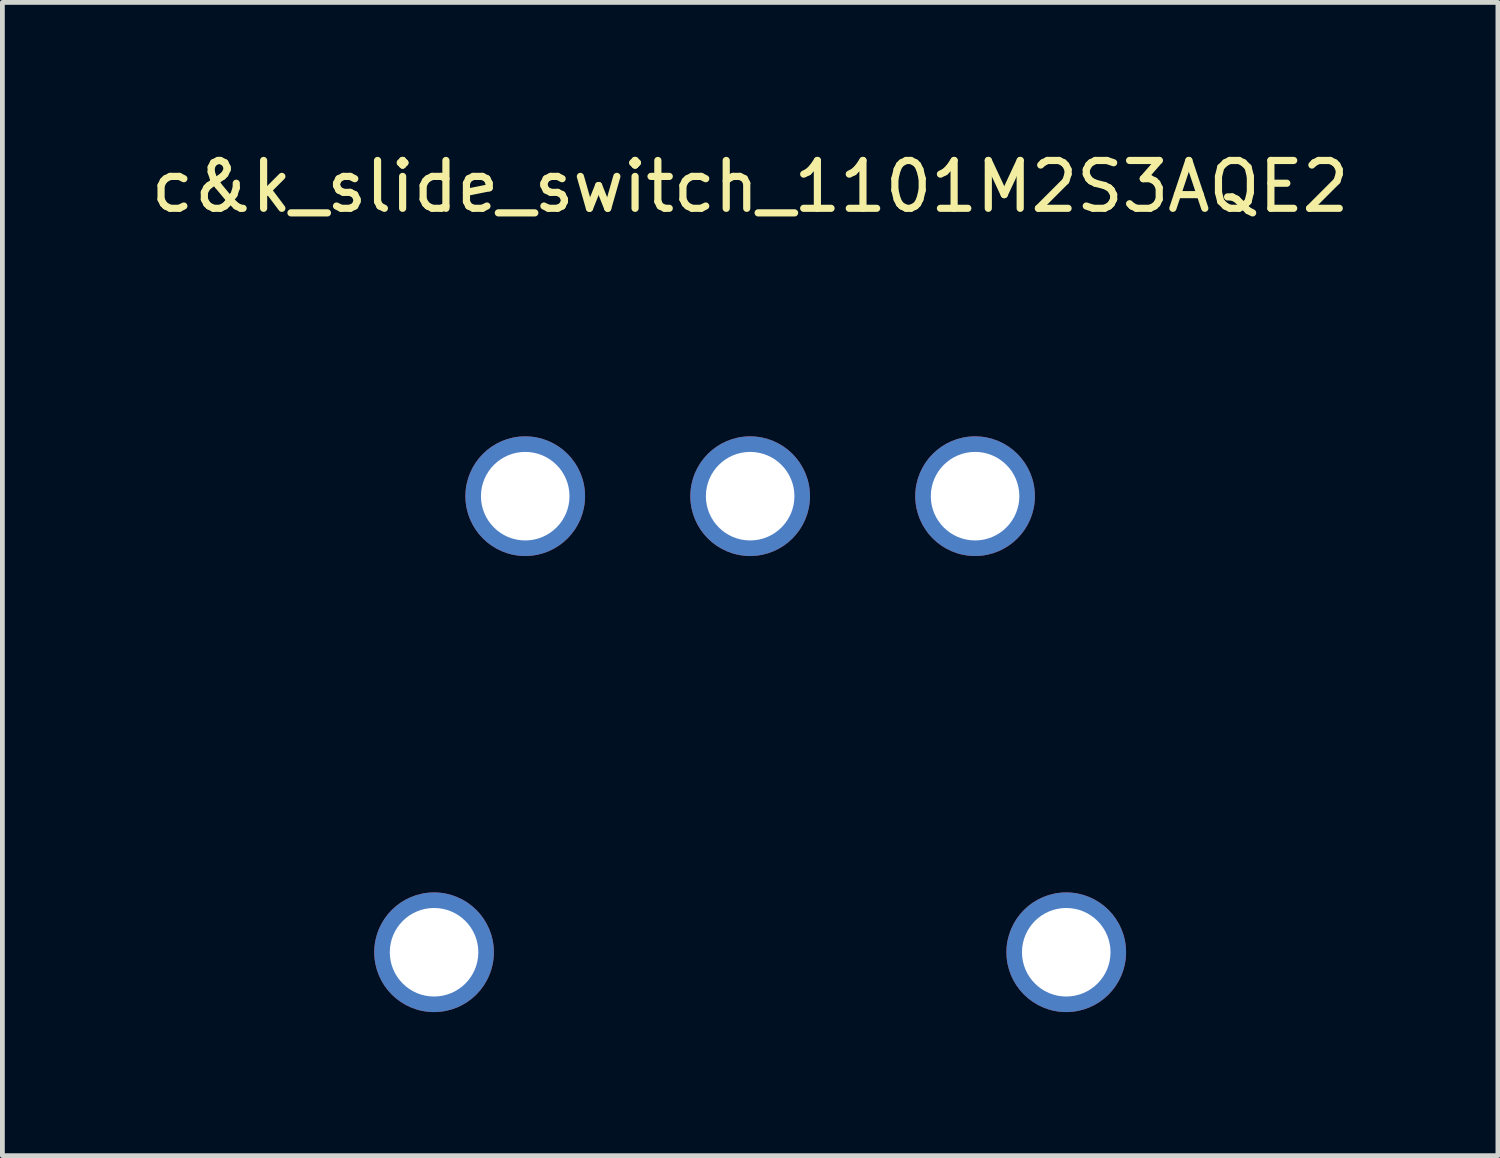
<source format=kicad_pcb>
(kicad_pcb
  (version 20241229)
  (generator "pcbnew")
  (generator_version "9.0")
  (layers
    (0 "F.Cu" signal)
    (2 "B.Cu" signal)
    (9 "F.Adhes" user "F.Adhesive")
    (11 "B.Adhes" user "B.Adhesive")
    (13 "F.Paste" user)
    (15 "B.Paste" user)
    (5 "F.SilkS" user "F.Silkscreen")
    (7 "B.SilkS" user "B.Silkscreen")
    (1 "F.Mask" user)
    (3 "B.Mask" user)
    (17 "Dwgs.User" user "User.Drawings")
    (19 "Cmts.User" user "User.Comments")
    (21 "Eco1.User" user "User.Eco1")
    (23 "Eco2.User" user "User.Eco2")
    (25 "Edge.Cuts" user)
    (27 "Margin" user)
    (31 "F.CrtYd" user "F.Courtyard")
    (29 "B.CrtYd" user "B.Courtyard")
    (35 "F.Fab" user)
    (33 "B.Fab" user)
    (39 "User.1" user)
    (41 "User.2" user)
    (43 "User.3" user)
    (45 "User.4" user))
  (footprint "c&k_slide_switch_1101M2S3AQE2"
    (layer "F.Cu")
    (at 12.625 16.848)
    (property "Reference" "c&k_slide_switch_1101M2S3AQE2" (at 0 -16 0) (unlocked yes) (layer "F.SilkS") (effects (font (size 1 1) (thickness 0.15))))
    (pad "1" thru_hole circle (at -4.7 -9.53) (size 2.5 2.5) (drill 1.85) (layers "*.Cu" "*.Mask"))
    (pad "2" thru_hole circle (at 0 -9.53) (size 2.5 2.5) (drill 1.85) (layers "*.Cu" "*.Mask"))
    (pad "3" thru_hole circle (at 4.7 -9.53) (size 2.5 2.5) (drill 1.85) (layers "*.Cu" "*.Mask"))
    (pad "4" thru_hole circle (at -6.605 0) (size 2.5 2.5) (drill 1.85) (layers "*.Cu" "*.Mask"))
    (pad "5" thru_hole circle (at 6.605 0) (size 2.5 2.5) (drill 1.85) (layers "*.Cu" "*.Mask")))
  (gr_rect
    (start -3 -3)
    (end 28.25 21.098)
    (stroke (width 0.1) (type default))
    (fill no)
    (layer "Edge.Cuts")))
</source>
